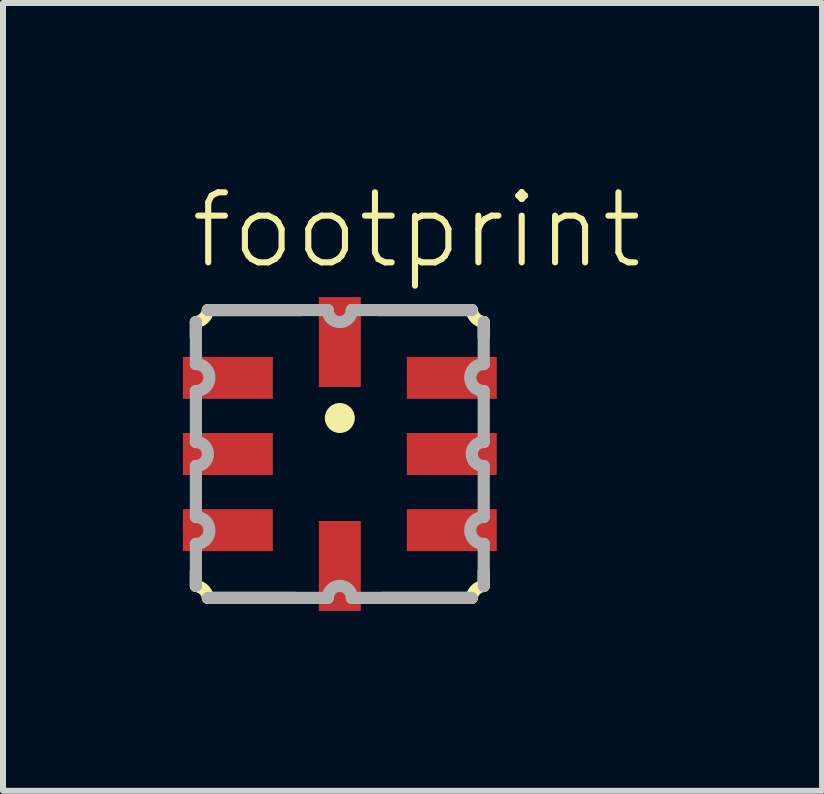
<source format=kicad_pcb>
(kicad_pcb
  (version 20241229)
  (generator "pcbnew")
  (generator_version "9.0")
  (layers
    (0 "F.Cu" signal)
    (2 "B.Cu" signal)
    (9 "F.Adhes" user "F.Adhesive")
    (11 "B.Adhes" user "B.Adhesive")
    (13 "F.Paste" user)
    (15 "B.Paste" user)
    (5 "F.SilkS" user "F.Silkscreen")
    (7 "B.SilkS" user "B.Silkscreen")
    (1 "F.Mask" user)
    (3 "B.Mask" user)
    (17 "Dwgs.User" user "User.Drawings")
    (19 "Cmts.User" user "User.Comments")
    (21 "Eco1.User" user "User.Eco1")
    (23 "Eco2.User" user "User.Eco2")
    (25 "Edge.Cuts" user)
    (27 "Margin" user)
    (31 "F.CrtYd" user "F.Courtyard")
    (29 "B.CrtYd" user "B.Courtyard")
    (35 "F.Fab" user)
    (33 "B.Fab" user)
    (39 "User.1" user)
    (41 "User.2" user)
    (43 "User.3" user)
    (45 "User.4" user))
  (footprint "footprint"
    (layer "F.Cu")
    (at 2.617 4.521)
    (property "Reference" "footprint" (at -2.54 -3.048 0) (layer "F.SilkS") (effects (font (size 1.168 1.168) (thickness 0.102)) (justify left bottom)))
    (fp_line (start -2.4 -2.2) (end -2.4 -1.95) (stroke (width 0.203) (type solid)) (layer "F.SilkS"))
    (fp_line (start -2.4 1.95) (end -2.4 2.2) (stroke (width 0.203) (type solid)) (layer "F.SilkS"))
    (fp_line (start -2.2 -2.4) (end -0.65 -2.4) (stroke (width 0.203) (type solid)) (layer "F.SilkS"))
    (fp_line (start -2.2 2.4) (end -0.75 2.4) (stroke (width 0.203) (type solid)) (layer "F.SilkS"))
    (fp_line (start 0.7 2.4) (end 2.2 2.4) (stroke (width 0.203) (type solid)) (layer "F.SilkS"))
    (fp_line (start 2.2 -2.4) (end 0.65 -2.4) (stroke (width 0.203) (type solid)) (layer "F.SilkS"))
    (fp_line (start 2.4 -1.95) (end 2.4 -2.2) (stroke (width 0.203) (type solid)) (layer "F.SilkS"))
    (fp_line (start 2.4 2.2) (end 2.4 1.95) (stroke (width 0.203) (type solid)) (layer "F.SilkS"))
    (fp_arc (start -2.399998 2.2) (mid -2.264921 2.264922) (end -2.2 2.4) (stroke (width 0.2032) (type solid)) (layer "F.SilkS"))
    (fp_arc (start -2.2 -2.399998) (mid -2.264922 -2.264921) (end -2.4 -2.2) (stroke (width 0.2032) (type solid)) (layer "F.SilkS"))
    (fp_arc (start 2.2 2.399998) (mid 2.264922 2.264921) (end 2.4 2.2) (stroke (width 0.2032) (type solid)) (layer "F.SilkS"))
    (fp_arc (start 2.399998 -2.2) (mid 2.264921 -2.264922) (end 2.2 -2.4) (stroke (width 0.2032) (type solid)) (layer "F.SilkS"))
    (fp_circle (center 0 -0.6) (end 0.125 -0.6) (stroke (width 0.25) (type solid)) (fill yes) (layer "F.SilkS"))
    (fp_line (start -2.4 -2.2) (end -2.4 -1.5) (stroke (width 0.203) (type solid)) (layer "F.Fab"))
    (fp_line (start -2.4 -1.05) (end -2.4 -0.2) (stroke (width 0.203) (type solid)) (layer "F.Fab"))
    (fp_line (start -2.4 0.2) (end -2.4 1.05) (stroke (width 0.203) (type solid)) (layer "F.Fab"))
    (fp_line (start -2.4 1.5) (end -2.4 2.2) (stroke (width 0.203) (type solid)) (layer "F.Fab"))
    (fp_line (start -2.2 2.4) (end -0.2 2.4) (stroke (width 0.203) (type solid)) (layer "F.Fab"))
    (fp_line (start -0.2 -2.4) (end -2.2 -2.4) (stroke (width 0.203) (type solid)) (layer "F.Fab"))
    (fp_line (start 0.2 2.4) (end 2.2 2.4) (stroke (width 0.203) (type solid)) (layer "F.Fab"))
    (fp_line (start 2.2 -2.4) (end 0.2 -2.4) (stroke (width 0.203) (type solid)) (layer "F.Fab"))
    (fp_line (start 2.4 -1.5) (end 2.4 -2.2) (stroke (width 0.203) (type solid)) (layer "F.Fab"))
    (fp_line (start 2.4 -0.2) (end 2.4 -1.05) (stroke (width 0.203) (type solid)) (layer "F.Fab"))
    (fp_line (start 2.4 1.05) (end 2.4 0.2) (stroke (width 0.203) (type solid)) (layer "F.Fab"))
    (fp_line (start 2.4 2.2) (end 2.4 1.5) (stroke (width 0.203) (type solid)) (layer "F.Fab"))
    (fp_arc (start -2.4 -1.5) (mid -2.175 -1.275) (end -2.4 -1.05) (stroke (width 0.2032) (type solid)) (layer "F.Fab"))
    (fp_arc (start -2.4 -0.2) (mid -2.2 0) (end -2.4 0.2) (stroke (width 0.2032) (type solid)) (layer "F.Fab"))
    (fp_arc (start -2.4 1.05) (mid -2.175 1.275) (end -2.4 1.5) (stroke (width 0.2032) (type solid)) (layer "F.Fab"))
    (fp_arc (start -0.2 2.4) (mid 0 2.2) (end 0.2 2.4) (stroke (width 0.2032) (type solid)) (layer "F.Fab"))
    (fp_arc (start 0.2 -2.4) (mid 0 -2.2) (end -0.2 -2.4) (stroke (width 0.2032) (type solid)) (layer "F.Fab"))
    (fp_arc (start 2.4 -1.05) (mid 2.175 -1.275) (end 2.4 -1.5) (stroke (width 0.2032) (type solid)) (layer "F.Fab"))
    (fp_arc (start 2.4 0.2) (mid 2.2 0) (end 2.4 -0.2) (stroke (width 0.2032) (type solid)) (layer "F.Fab"))
    (fp_arc (start 2.4 1.5) (mid 2.175 1.275) (end 2.4 1.05) (stroke (width 0.2032) (type solid)) (layer "F.Fab"))
    (pad "1" smd rect (at -1.867 -1.27) (size 1.5 0.7) (layers "F.Cu" "F.Mask" "F.Paste"))
    (pad "2" smd rect (at -1.867 0) (size 1.5 0.7) (layers "F.Cu" "F.Mask" "F.Paste"))
    (pad "3" smd rect (at -1.867 1.27) (size 1.5 0.7) (layers "F.Cu" "F.Mask" "F.Paste"))
    (pad "4" smd rect (at 0 1.867 90) (size 1.5 0.7) (layers "F.Cu" "F.Mask" "F.Paste"))
    (pad "5" smd rect (at 1.867 1.27 180) (size 1.5 0.7) (layers "F.Cu" "F.Mask" "F.Paste"))
    (pad "6" smd rect (at 1.867 0 180) (size 1.5 0.7) (layers "F.Cu" "F.Mask" "F.Paste"))
    (pad "7" smd rect (at 1.867 -1.27 180) (size 1.5 0.7) (layers "F.Cu" "F.Mask" "F.Paste"))
    (pad "8" smd rect (at 0 -1.867 270) (size 1.5 0.7) (layers "F.Cu" "F.Mask" "F.Paste")))
  (gr_rect
    (start -3 -3)
    (end 10.659 10.138)
    (stroke (width 0.1) (type default))
    (fill no)
    (layer "Edge.Cuts")))
</source>
